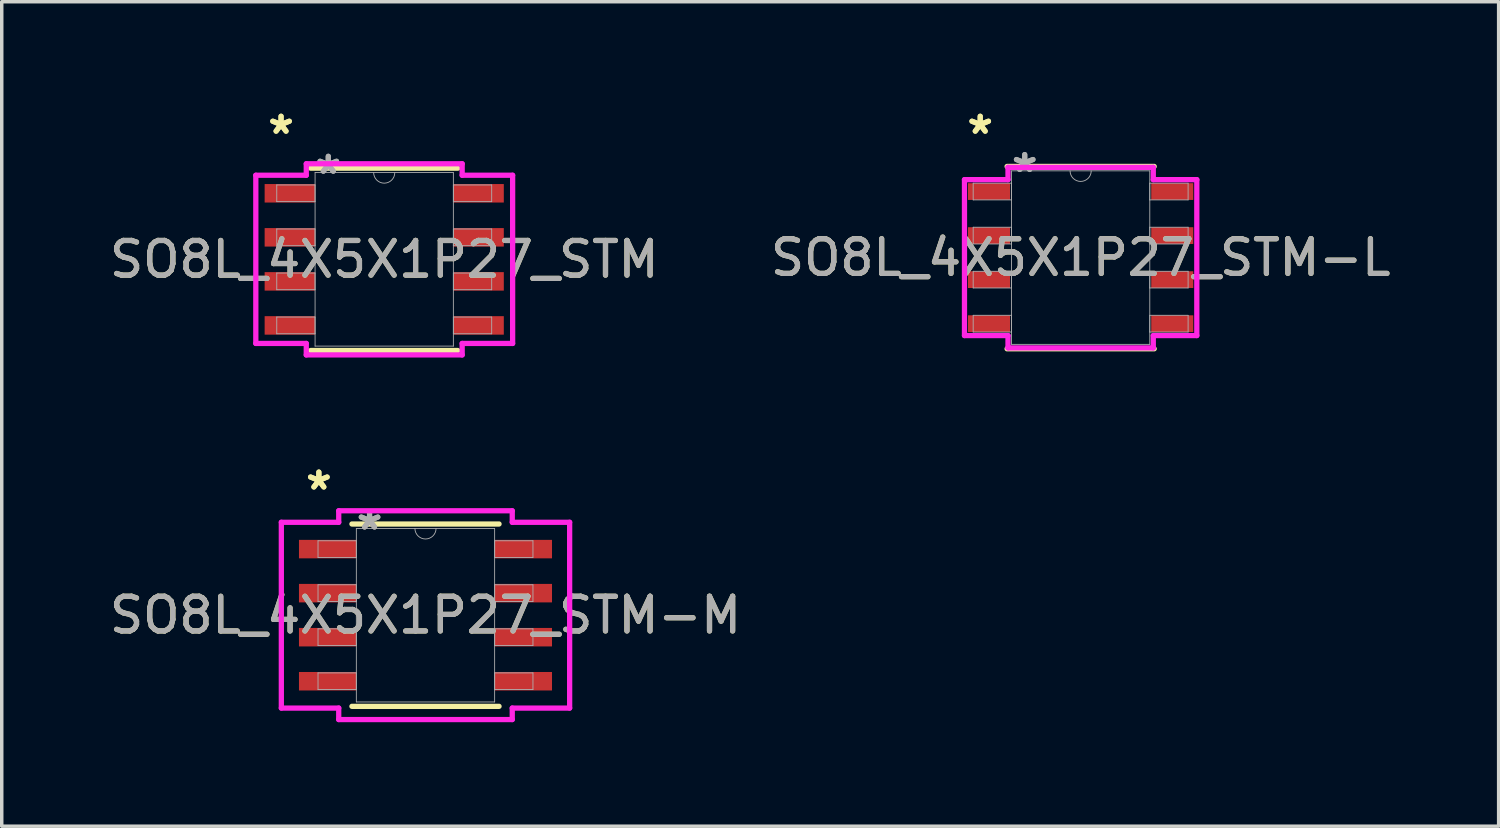
<source format=kicad_pcb>
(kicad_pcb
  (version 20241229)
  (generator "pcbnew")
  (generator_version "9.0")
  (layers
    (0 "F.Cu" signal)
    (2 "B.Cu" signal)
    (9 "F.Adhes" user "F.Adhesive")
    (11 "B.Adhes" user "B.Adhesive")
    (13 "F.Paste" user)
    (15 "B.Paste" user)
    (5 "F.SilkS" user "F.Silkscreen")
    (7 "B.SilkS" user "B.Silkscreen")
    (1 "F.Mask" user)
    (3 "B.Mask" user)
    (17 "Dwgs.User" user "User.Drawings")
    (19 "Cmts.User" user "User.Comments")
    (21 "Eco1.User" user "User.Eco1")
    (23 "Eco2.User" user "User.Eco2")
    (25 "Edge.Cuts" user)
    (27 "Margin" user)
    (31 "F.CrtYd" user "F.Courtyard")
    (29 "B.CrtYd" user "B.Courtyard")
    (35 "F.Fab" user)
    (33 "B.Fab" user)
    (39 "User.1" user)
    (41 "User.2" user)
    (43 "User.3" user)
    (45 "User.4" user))
  (footprint "SO8L_4X5X1P27_STM-M"
    (layer "F.Cu")
    (at 9.22 14.69)
    (property "Reference" "SO8L_4X5X1P27_STM-M" (at 0 0 0) (unlocked yes) (layer "F.SilkS") (effects (font (size 1 1) (thickness 0.15))))
    (attr smd)
    (fp_line (start -2.121 2.629) (end 2.121 2.629) (stroke (width 0.152) (type solid)) (layer "F.SilkS"))
    (fp_line (start 2.121 -2.629) (end -2.121 -2.629) (stroke (width 0.152) (type solid)) (layer "F.SilkS"))
    (fp_line (start -4.157 -2.679) (end -2.502 -2.679) (stroke (width 0.152) (type solid)) (layer "F.CrtYd"))
    (fp_line (start -4.157 2.679) (end -4.157 -2.679) (stroke (width 0.152) (type solid)) (layer "F.CrtYd"))
    (fp_line (start -4.157 2.679) (end -2.502 2.679) (stroke (width 0.152) (type solid)) (layer "F.CrtYd"))
    (fp_line (start -2.502 -3.01) (end 2.502 -3.01) (stroke (width 0.152) (type solid)) (layer "F.CrtYd"))
    (fp_line (start -2.502 -2.679) (end -2.502 -3.01) (stroke (width 0.152) (type solid)) (layer "F.CrtYd"))
    (fp_line (start -2.502 3.01) (end -2.502 2.679) (stroke (width 0.152) (type solid)) (layer "F.CrtYd"))
    (fp_line (start 2.502 -3.01) (end 2.502 -2.679) (stroke (width 0.152) (type solid)) (layer "F.CrtYd"))
    (fp_line (start 2.502 2.679) (end 2.502 3.01) (stroke (width 0.152) (type solid)) (layer "F.CrtYd"))
    (fp_line (start 2.502 3.01) (end -2.502 3.01) (stroke (width 0.152) (type solid)) (layer "F.CrtYd"))
    (fp_line (start 4.157 -2.679) (end 2.502 -2.679) (stroke (width 0.152) (type solid)) (layer "F.CrtYd"))
    (fp_line (start 4.157 -2.679) (end 4.157 2.679) (stroke (width 0.152) (type solid)) (layer "F.CrtYd"))
    (fp_line (start 4.157 2.679) (end 2.502 2.679) (stroke (width 0.152) (type solid)) (layer "F.CrtYd"))
    (fp_line (start -3.099 -2.146) (end -3.099 -1.664) (stroke (width 0.025) (type solid)) (layer "F.Fab"))
    (fp_line (start -3.099 -1.664) (end -1.994 -1.664) (stroke (width 0.025) (type solid)) (layer "F.Fab"))
    (fp_line (start -3.099 -0.876) (end -3.099 -0.394) (stroke (width 0.025) (type solid)) (layer "F.Fab"))
    (fp_line (start -3.099 -0.394) (end -1.994 -0.394) (stroke (width 0.025) (type solid)) (layer "F.Fab"))
    (fp_line (start -3.099 0.394) (end -3.099 0.876) (stroke (width 0.025) (type solid)) (layer "F.Fab"))
    (fp_line (start -3.099 0.876) (end -1.994 0.876) (stroke (width 0.025) (type solid)) (layer "F.Fab"))
    (fp_line (start -3.099 1.664) (end -3.099 2.146) (stroke (width 0.025) (type solid)) (layer "F.Fab"))
    (fp_line (start -3.099 2.146) (end -1.994 2.146) (stroke (width 0.025) (type solid)) (layer "F.Fab"))
    (fp_line (start -1.994 -2.502) (end -1.994 2.502) (stroke (width 0.025) (type solid)) (layer "F.Fab"))
    (fp_line (start -1.994 -2.146) (end -3.099 -2.146) (stroke (width 0.025) (type solid)) (layer "F.Fab"))
    (fp_line (start -1.994 -1.664) (end -1.994 -2.146) (stroke (width 0.025) (type solid)) (layer "F.Fab"))
    (fp_line (start -1.994 -0.876) (end -3.099 -0.876) (stroke (width 0.025) (type solid)) (layer "F.Fab"))
    (fp_line (start -1.994 -0.394) (end -1.994 -0.876) (stroke (width 0.025) (type solid)) (layer "F.Fab"))
    (fp_line (start -1.994 0.394) (end -3.099 0.394) (stroke (width 0.025) (type solid)) (layer "F.Fab"))
    (fp_line (start -1.994 0.876) (end -1.994 0.394) (stroke (width 0.025) (type solid)) (layer "F.Fab"))
    (fp_line (start -1.994 1.664) (end -3.099 1.664) (stroke (width 0.025) (type solid)) (layer "F.Fab"))
    (fp_line (start -1.994 2.146) (end -1.994 1.664) (stroke (width 0.025) (type solid)) (layer "F.Fab"))
    (fp_line (start -1.994 2.502) (end 1.994 2.502) (stroke (width 0.025) (type solid)) (layer "F.Fab"))
    (fp_line (start 1.994 -2.502) (end -1.994 -2.502) (stroke (width 0.025) (type solid)) (layer "F.Fab"))
    (fp_line (start 1.994 -2.146) (end 1.994 -1.664) (stroke (width 0.025) (type solid)) (layer "F.Fab"))
    (fp_line (start 1.994 -1.664) (end 3.099 -1.664) (stroke (width 0.025) (type solid)) (layer "F.Fab"))
    (fp_line (start 1.994 -0.876) (end 1.994 -0.394) (stroke (width 0.025) (type solid)) (layer "F.Fab"))
    (fp_line (start 1.994 -0.394) (end 3.099 -0.394) (stroke (width 0.025) (type solid)) (layer "F.Fab"))
    (fp_line (start 1.994 0.394) (end 1.994 0.876) (stroke (width 0.025) (type solid)) (layer "F.Fab"))
    (fp_line (start 1.994 0.876) (end 3.099 0.876) (stroke (width 0.025) (type solid)) (layer "F.Fab"))
    (fp_line (start 1.994 1.664) (end 1.994 2.146) (stroke (width 0.025) (type solid)) (layer "F.Fab"))
    (fp_line (start 1.994 2.146) (end 3.099 2.146) (stroke (width 0.025) (type solid)) (layer "F.Fab"))
    (fp_line (start 1.994 2.502) (end 1.994 -2.502) (stroke (width 0.025) (type solid)) (layer "F.Fab"))
    (fp_line (start 3.099 -2.146) (end 1.994 -2.146) (stroke (width 0.025) (type solid)) (layer "F.Fab"))
    (fp_line (start 3.099 -1.664) (end 3.099 -2.146) (stroke (width 0.025) (type solid)) (layer "F.Fab"))
    (fp_line (start 3.099 -0.876) (end 1.994 -0.876) (stroke (width 0.025) (type solid)) (layer "F.Fab"))
    (fp_line (start 3.099 -0.394) (end 3.099 -0.876) (stroke (width 0.025) (type solid)) (layer "F.Fab"))
    (fp_line (start 3.099 0.394) (end 1.994 0.394) (stroke (width 0.025) (type solid)) (layer "F.Fab"))
    (fp_line (start 3.099 0.876) (end 3.099 0.394) (stroke (width 0.025) (type solid)) (layer "F.Fab"))
    (fp_line (start 3.099 1.664) (end 1.994 1.664) (stroke (width 0.025) (type solid)) (layer "F.Fab"))
    (fp_line (start 3.099 2.146) (end 3.099 1.664) (stroke (width 0.025) (type solid)) (layer "F.Fab"))
    (fp_arc (start 0.3048 -2.5019) (mid 0 -2.1971) (end -0.3048 -2.5019) (stroke (width 0.0254) (type solid)) (layer "F.Fab"))
    (fp_text user "*" (at -3.075 -3.581 0) (layer "F.SilkS") (effects (font (size 1 1) (thickness 0.15))))
    (fp_text user "*" (at -3.075 -3.581 0) (unlocked yes) (layer "F.SilkS") (effects (font (size 1 1) (thickness 0.15))))
    (fp_text user "*" (at -1.613 -2.426 0) (layer "F.Fab") (effects (font (size 1 1) (thickness 0.15))))
    (fp_text user "*" (at -1.613 -2.426 0) (unlocked yes) (layer "F.Fab") (effects (font (size 1 1) (thickness 0.15))))
    (fp_text user "${REFERENCE}" (at 0 0 0) (unlocked yes) (layer "F.Fab") (effects (font (size 1 1) (thickness 0.15))))
    (pad "1" smd rect (at -2.821 -1.905) (size 1.655 0.533) (layers "F.Cu" "F.Mask" "F.Paste"))
    (pad "2" smd rect (at -2.821 -0.635) (size 1.655 0.533) (layers "F.Cu" "F.Mask" "F.Paste"))
    (pad "3" smd rect (at -2.821 0.635) (size 1.655 0.533) (layers "F.Cu" "F.Mask" "F.Paste"))
    (pad "4" smd rect (at -2.821 1.905) (size 1.655 0.533) (layers "F.Cu" "F.Mask" "F.Paste"))
    (pad "5" smd rect (at 2.821 1.905) (size 1.655 0.533) (layers "F.Cu" "F.Mask" "F.Paste"))
    (pad "6" smd rect (at 2.821 0.635) (size 1.655 0.533) (layers "F.Cu" "F.Mask" "F.Paste"))
    (pad "7" smd rect (at 2.821 -0.635) (size 1.655 0.533) (layers "F.Cu" "F.Mask" "F.Paste"))
    (pad "8" smd rect (at 2.821 -1.905) (size 1.655 0.533) (layers "F.Cu" "F.Mask" "F.Paste")))
  (footprint "SO8L_4X5X1P27_STM-L"
    (layer "F.Cu")
    (at 28.113 4.379)
    (property "Reference" "SO8L_4X5X1P27_STM-L" (at 0 0 0) (unlocked yes) (layer "F.SilkS") (effects (font (size 1 1) (thickness 0.15))))
    (attr smd)
    (fp_line (start -2.121 2.629) (end 2.121 2.629) (stroke (width 0.152) (type solid)) (layer "F.SilkS"))
    (fp_line (start 2.121 -2.629) (end -2.121 -2.629) (stroke (width 0.152) (type solid)) (layer "F.SilkS"))
    (fp_line (start -3.35 -2.248) (end -2.095 -2.248) (stroke (width 0.152) (type solid)) (layer "F.CrtYd"))
    (fp_line (start -3.35 2.248) (end -3.35 -2.248) (stroke (width 0.152) (type solid)) (layer "F.CrtYd"))
    (fp_line (start -3.35 2.248) (end -2.095 2.248) (stroke (width 0.152) (type solid)) (layer "F.CrtYd"))
    (fp_line (start -2.095 -2.603) (end 2.095 -2.603) (stroke (width 0.152) (type solid)) (layer "F.CrtYd"))
    (fp_line (start -2.095 -2.248) (end -2.095 -2.603) (stroke (width 0.152) (type solid)) (layer "F.CrtYd"))
    (fp_line (start -2.095 2.603) (end -2.095 2.248) (stroke (width 0.152) (type solid)) (layer "F.CrtYd"))
    (fp_line (start 2.095 -2.603) (end 2.095 -2.248) (stroke (width 0.152) (type solid)) (layer "F.CrtYd"))
    (fp_line (start 2.095 2.248) (end 2.095 2.603) (stroke (width 0.152) (type solid)) (layer "F.CrtYd"))
    (fp_line (start 2.095 2.603) (end -2.095 2.603) (stroke (width 0.152) (type solid)) (layer "F.CrtYd"))
    (fp_line (start 3.35 -2.248) (end 2.095 -2.248) (stroke (width 0.152) (type solid)) (layer "F.CrtYd"))
    (fp_line (start 3.35 -2.248) (end 3.35 2.248) (stroke (width 0.152) (type solid)) (layer "F.CrtYd"))
    (fp_line (start 3.35 2.248) (end 2.095 2.248) (stroke (width 0.152) (type solid)) (layer "F.CrtYd"))
    (fp_line (start -3.099 -2.146) (end -3.099 -1.664) (stroke (width 0.025) (type solid)) (layer "F.Fab"))
    (fp_line (start -3.099 -1.664) (end -1.994 -1.664) (stroke (width 0.025) (type solid)) (layer "F.Fab"))
    (fp_line (start -3.099 -0.876) (end -3.099 -0.394) (stroke (width 0.025) (type solid)) (layer "F.Fab"))
    (fp_line (start -3.099 -0.394) (end -1.994 -0.394) (stroke (width 0.025) (type solid)) (layer "F.Fab"))
    (fp_line (start -3.099 0.394) (end -3.099 0.876) (stroke (width 0.025) (type solid)) (layer "F.Fab"))
    (fp_line (start -3.099 0.876) (end -1.994 0.876) (stroke (width 0.025) (type solid)) (layer "F.Fab"))
    (fp_line (start -3.099 1.664) (end -3.099 2.146) (stroke (width 0.025) (type solid)) (layer "F.Fab"))
    (fp_line (start -3.099 2.146) (end -1.994 2.146) (stroke (width 0.025) (type solid)) (layer "F.Fab"))
    (fp_line (start -1.994 -2.502) (end -1.994 2.502) (stroke (width 0.025) (type solid)) (layer "F.Fab"))
    (fp_line (start -1.994 -2.146) (end -3.099 -2.146) (stroke (width 0.025) (type solid)) (layer "F.Fab"))
    (fp_line (start -1.994 -1.664) (end -1.994 -2.146) (stroke (width 0.025) (type solid)) (layer "F.Fab"))
    (fp_line (start -1.994 -0.876) (end -3.099 -0.876) (stroke (width 0.025) (type solid)) (layer "F.Fab"))
    (fp_line (start -1.994 -0.394) (end -1.994 -0.876) (stroke (width 0.025) (type solid)) (layer "F.Fab"))
    (fp_line (start -1.994 0.394) (end -3.099 0.394) (stroke (width 0.025) (type solid)) (layer "F.Fab"))
    (fp_line (start -1.994 0.876) (end -1.994 0.394) (stroke (width 0.025) (type solid)) (layer "F.Fab"))
    (fp_line (start -1.994 1.664) (end -3.099 1.664) (stroke (width 0.025) (type solid)) (layer "F.Fab"))
    (fp_line (start -1.994 2.146) (end -1.994 1.664) (stroke (width 0.025) (type solid)) (layer "F.Fab"))
    (fp_line (start -1.994 2.502) (end 1.994 2.502) (stroke (width 0.025) (type solid)) (layer "F.Fab"))
    (fp_line (start 1.994 -2.502) (end -1.994 -2.502) (stroke (width 0.025) (type solid)) (layer "F.Fab"))
    (fp_line (start 1.994 -2.146) (end 1.994 -1.664) (stroke (width 0.025) (type solid)) (layer "F.Fab"))
    (fp_line (start 1.994 -1.664) (end 3.099 -1.664) (stroke (width 0.025) (type solid)) (layer "F.Fab"))
    (fp_line (start 1.994 -0.876) (end 1.994 -0.394) (stroke (width 0.025) (type solid)) (layer "F.Fab"))
    (fp_line (start 1.994 -0.394) (end 3.099 -0.394) (stroke (width 0.025) (type solid)) (layer "F.Fab"))
    (fp_line (start 1.994 0.394) (end 1.994 0.876) (stroke (width 0.025) (type solid)) (layer "F.Fab"))
    (fp_line (start 1.994 0.876) (end 3.099 0.876) (stroke (width 0.025) (type solid)) (layer "F.Fab"))
    (fp_line (start 1.994 1.664) (end 1.994 2.146) (stroke (width 0.025) (type solid)) (layer "F.Fab"))
    (fp_line (start 1.994 2.146) (end 3.099 2.146) (stroke (width 0.025) (type solid)) (layer "F.Fab"))
    (fp_line (start 1.994 2.502) (end 1.994 -2.502) (stroke (width 0.025) (type solid)) (layer "F.Fab"))
    (fp_line (start 3.099 -2.146) (end 1.994 -2.146) (stroke (width 0.025) (type solid)) (layer "F.Fab"))
    (fp_line (start 3.099 -1.664) (end 3.099 -2.146) (stroke (width 0.025) (type solid)) (layer "F.Fab"))
    (fp_line (start 3.099 -0.876) (end 1.994 -0.876) (stroke (width 0.025) (type solid)) (layer "F.Fab"))
    (fp_line (start 3.099 -0.394) (end 3.099 -0.876) (stroke (width 0.025) (type solid)) (layer "F.Fab"))
    (fp_line (start 3.099 0.394) (end 1.994 0.394) (stroke (width 0.025) (type solid)) (layer "F.Fab"))
    (fp_line (start 3.099 0.876) (end 3.099 0.394) (stroke (width 0.025) (type solid)) (layer "F.Fab"))
    (fp_line (start 3.099 1.664) (end 1.994 1.664) (stroke (width 0.025) (type solid)) (layer "F.Fab"))
    (fp_line (start 3.099 2.146) (end 3.099 1.664) (stroke (width 0.025) (type solid)) (layer "F.Fab"))
    (fp_arc (start 0.3048 -2.5019) (mid 0 -2.1971) (end -0.3048 -2.5019) (stroke (width 0.0254) (type solid)) (layer "F.Fab"))
    (fp_text user "*" (at -2.896 -3.531 0) (unlocked yes) (layer "F.SilkS") (effects (font (size 1 1) (thickness 0.15))))
    (fp_text user "*" (at -2.896 -3.531 0) (layer "F.SilkS") (effects (font (size 1 1) (thickness 0.15))))
    (fp_text user "*" (at -1.613 -2.426 0) (unlocked yes) (layer "F.Fab") (effects (font (size 1 1) (thickness 0.15))))
    (fp_text user "${REFERENCE}" (at 0 0 0) (unlocked yes) (layer "F.Fab") (effects (font (size 1 1) (thickness 0.15))))
    (fp_text user "*" (at -1.613 -2.426 0) (layer "F.Fab") (effects (font (size 1 1) (thickness 0.15))))
    (pad "1" smd rect (at -2.642 -1.905) (size 1.213 0.483) (layers "F.Cu" "F.Mask" "F.Paste"))
    (pad "2" smd rect (at -2.642 -0.635) (size 1.213 0.483) (layers "F.Cu" "F.Mask" "F.Paste"))
    (pad "3" smd rect (at -2.642 0.635) (size 1.213 0.483) (layers "F.Cu" "F.Mask" "F.Paste"))
    (pad "4" smd rect (at -2.642 1.905) (size 1.213 0.483) (layers "F.Cu" "F.Mask" "F.Paste"))
    (pad "5" smd rect (at 2.642 1.905) (size 1.213 0.483) (layers "F.Cu" "F.Mask" "F.Paste"))
    (pad "6" smd rect (at 2.642 0.635) (size 1.213 0.483) (layers "F.Cu" "F.Mask" "F.Paste"))
    (pad "7" smd rect (at 2.642 -0.635) (size 1.213 0.483) (layers "F.Cu" "F.Mask" "F.Paste"))
    (pad "8" smd rect (at 2.642 -1.905) (size 1.213 0.483) (layers "F.Cu" "F.Mask" "F.Paste")))
  (footprint "SO8L_4X5X1P27_STM"
    (layer "F.Cu")
    (at 8.03 4.429)
    (property "Reference" "SO8L_4X5X1P27_STM" (at 0 0 0) (unlocked yes) (layer "F.SilkS") (effects (font (size 1 1) (thickness 0.15))))
    (attr smd)
    (fp_line (start -2.121 2.629) (end 2.121 2.629) (stroke (width 0.152) (type solid)) (layer "F.SilkS"))
    (fp_line (start 2.121 -2.629) (end -2.121 -2.629) (stroke (width 0.152) (type solid)) (layer "F.SilkS"))
    (fp_line (start -3.703 -2.425) (end -2.248 -2.425) (stroke (width 0.152) (type solid)) (layer "F.CrtYd"))
    (fp_line (start -3.703 2.425) (end -3.703 -2.425) (stroke (width 0.152) (type solid)) (layer "F.CrtYd"))
    (fp_line (start -3.703 2.425) (end -2.248 2.425) (stroke (width 0.152) (type solid)) (layer "F.CrtYd"))
    (fp_line (start -2.248 -2.756) (end 2.248 -2.756) (stroke (width 0.152) (type solid)) (layer "F.CrtYd"))
    (fp_line (start -2.248 -2.425) (end -2.248 -2.756) (stroke (width 0.152) (type solid)) (layer "F.CrtYd"))
    (fp_line (start -2.248 2.756) (end -2.248 2.425) (stroke (width 0.152) (type solid)) (layer "F.CrtYd"))
    (fp_line (start 2.248 -2.756) (end 2.248 -2.425) (stroke (width 0.152) (type solid)) (layer "F.CrtYd"))
    (fp_line (start 2.248 2.425) (end 2.248 2.756) (stroke (width 0.152) (type solid)) (layer "F.CrtYd"))
    (fp_line (start 2.248 2.756) (end -2.248 2.756) (stroke (width 0.152) (type solid)) (layer "F.CrtYd"))
    (fp_line (start 3.703 -2.425) (end 2.248 -2.425) (stroke (width 0.152) (type solid)) (layer "F.CrtYd"))
    (fp_line (start 3.703 -2.425) (end 3.703 2.425) (stroke (width 0.152) (type solid)) (layer "F.CrtYd"))
    (fp_line (start 3.703 2.425) (end 2.248 2.425) (stroke (width 0.152) (type solid)) (layer "F.CrtYd"))
    (fp_line (start -3.099 -2.146) (end -3.099 -1.664) (stroke (width 0.025) (type solid)) (layer "F.Fab"))
    (fp_line (start -3.099 -1.664) (end -1.994 -1.664) (stroke (width 0.025) (type solid)) (layer "F.Fab"))
    (fp_line (start -3.099 -0.876) (end -3.099 -0.394) (stroke (width 0.025) (type solid)) (layer "F.Fab"))
    (fp_line (start -3.099 -0.394) (end -1.994 -0.394) (stroke (width 0.025) (type solid)) (layer "F.Fab"))
    (fp_line (start -3.099 0.394) (end -3.099 0.876) (stroke (width 0.025) (type solid)) (layer "F.Fab"))
    (fp_line (start -3.099 0.876) (end -1.994 0.876) (stroke (width 0.025) (type solid)) (layer "F.Fab"))
    (fp_line (start -3.099 1.664) (end -3.099 2.146) (stroke (width 0.025) (type solid)) (layer "F.Fab"))
    (fp_line (start -3.099 2.146) (end -1.994 2.146) (stroke (width 0.025) (type solid)) (layer "F.Fab"))
    (fp_line (start -1.994 -2.502) (end -1.994 2.502) (stroke (width 0.025) (type solid)) (layer "F.Fab"))
    (fp_line (start -1.994 -2.146) (end -3.099 -2.146) (stroke (width 0.025) (type solid)) (layer "F.Fab"))
    (fp_line (start -1.994 -1.664) (end -1.994 -2.146) (stroke (width 0.025) (type solid)) (layer "F.Fab"))
    (fp_line (start -1.994 -0.876) (end -3.099 -0.876) (stroke (width 0.025) (type solid)) (layer "F.Fab"))
    (fp_line (start -1.994 -0.394) (end -1.994 -0.876) (stroke (width 0.025) (type solid)) (layer "F.Fab"))
    (fp_line (start -1.994 0.394) (end -3.099 0.394) (stroke (width 0.025) (type solid)) (layer "F.Fab"))
    (fp_line (start -1.994 0.876) (end -1.994 0.394) (stroke (width 0.025) (type solid)) (layer "F.Fab"))
    (fp_line (start -1.994 1.664) (end -3.099 1.664) (stroke (width 0.025) (type solid)) (layer "F.Fab"))
    (fp_line (start -1.994 2.146) (end -1.994 1.664) (stroke (width 0.025) (type solid)) (layer "F.Fab"))
    (fp_line (start -1.994 2.502) (end 1.994 2.502) (stroke (width 0.025) (type solid)) (layer "F.Fab"))
    (fp_line (start 1.994 -2.502) (end -1.994 -2.502) (stroke (width 0.025) (type solid)) (layer "F.Fab"))
    (fp_line (start 1.994 -2.146) (end 1.994 -1.664) (stroke (width 0.025) (type solid)) (layer "F.Fab"))
    (fp_line (start 1.994 -1.664) (end 3.099 -1.664) (stroke (width 0.025) (type solid)) (layer "F.Fab"))
    (fp_line (start 1.994 -0.876) (end 1.994 -0.394) (stroke (width 0.025) (type solid)) (layer "F.Fab"))
    (fp_line (start 1.994 -0.394) (end 3.099 -0.394) (stroke (width 0.025) (type solid)) (layer "F.Fab"))
    (fp_line (start 1.994 0.394) (end 1.994 0.876) (stroke (width 0.025) (type solid)) (layer "F.Fab"))
    (fp_line (start 1.994 0.876) (end 3.099 0.876) (stroke (width 0.025) (type solid)) (layer "F.Fab"))
    (fp_line (start 1.994 1.664) (end 1.994 2.146) (stroke (width 0.025) (type solid)) (layer "F.Fab"))
    (fp_line (start 1.994 2.146) (end 3.099 2.146) (stroke (width 0.025) (type solid)) (layer "F.Fab"))
    (fp_line (start 1.994 2.502) (end 1.994 -2.502) (stroke (width 0.025) (type solid)) (layer "F.Fab"))
    (fp_line (start 3.099 -2.146) (end 1.994 -2.146) (stroke (width 0.025) (type solid)) (layer "F.Fab"))
    (fp_line (start 3.099 -1.664) (end 3.099 -2.146) (stroke (width 0.025) (type solid)) (layer "F.Fab"))
    (fp_line (start 3.099 -0.876) (end 1.994 -0.876) (stroke (width 0.025) (type solid)) (layer "F.Fab"))
    (fp_line (start 3.099 -0.394) (end 3.099 -0.876) (stroke (width 0.025) (type solid)) (layer "F.Fab"))
    (fp_line (start 3.099 0.394) (end 1.994 0.394) (stroke (width 0.025) (type solid)) (layer "F.Fab"))
    (fp_line (start 3.099 0.876) (end 3.099 0.394) (stroke (width 0.025) (type solid)) (layer "F.Fab"))
    (fp_line (start 3.099 1.664) (end 1.994 1.664) (stroke (width 0.025) (type solid)) (layer "F.Fab"))
    (fp_line (start 3.099 2.146) (end 3.099 1.664) (stroke (width 0.025) (type solid)) (layer "F.Fab"))
    (fp_arc (start 0.3048 -2.5019) (mid 0 -2.1971) (end -0.3048 -2.5019) (stroke (width 0.0254) (type solid)) (layer "F.Fab"))
    (fp_text user "*" (at -2.975 -3.581 0) (unlocked yes) (layer "F.SilkS") (effects (font (size 1 1) (thickness 0.15))))
    (fp_text user "*" (at -2.975 -3.581 0) (layer "F.SilkS") (effects (font (size 1 1) (thickness 0.15))))
    (fp_text user "*" (at -1.613 -2.426 0) (layer "F.Fab") (effects (font (size 1 1) (thickness 0.15))))
    (fp_text user "${REFERENCE}" (at 0 0 0) (unlocked yes) (layer "F.Fab") (effects (font (size 1 1) (thickness 0.15))))
    (fp_text user "*" (at -1.613 -2.426 0) (unlocked yes) (layer "F.Fab") (effects (font (size 1 1) (thickness 0.15))))
    (pad "1" smd rect (at -2.721 -1.905) (size 1.455 0.533) (layers "F.Cu" "F.Mask" "F.Paste"))
    (pad "2" smd rect (at -2.721 -0.635) (size 1.455 0.533) (layers "F.Cu" "F.Mask" "F.Paste"))
    (pad "3" smd rect (at -2.721 0.635) (size 1.455 0.533) (layers "F.Cu" "F.Mask" "F.Paste"))
    (pad "4" smd rect (at -2.721 1.905) (size 1.455 0.533) (layers "F.Cu" "F.Mask" "F.Paste"))
    (pad "5" smd rect (at 2.721 1.905) (size 1.455 0.533) (layers "F.Cu" "F.Mask" "F.Paste"))
    (pad "6" smd rect (at 2.721 0.635) (size 1.455 0.533) (layers "F.Cu" "F.Mask" "F.Paste"))
    (pad "7" smd rect (at 2.721 -0.635) (size 1.455 0.533) (layers "F.Cu" "F.Mask" "F.Paste"))
    (pad "8" smd rect (at 2.721 -1.905) (size 1.455 0.533) (layers "F.Cu" "F.Mask" "F.Paste")))
  (gr_rect
    (start -3 -3)
    (end 40.167 20.776)
    (stroke (width 0.1) (type default))
    (fill no)
    (layer "Edge.Cuts")))
</source>
